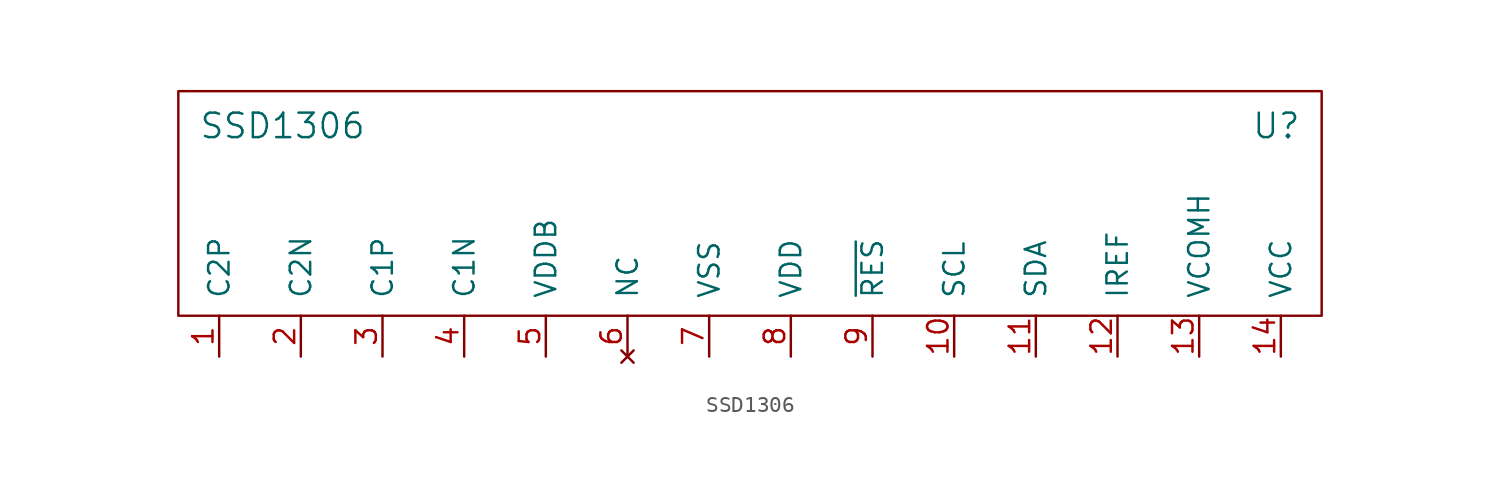
<source format=kicad_sym>
(kicad_symbol_lib
  (version 20231120)
  (generator "kicad_symbol_editor")
  (generator_version "8.0")
  (symbol "SSD1306"
    (pin_names
      (offset 1.016))
    (property "Reference" "U"
      (at 34.29 15.24 0)
      (effects (font (size 1.524 1.524)) (justify right top)))
    (property "Value" "SSD1306"
      (at -34.29 15.24 0)
      (effects (font (size 1.524 1.524)) (justify left top)))
    (symbol "SSD1306_0_1"
      (rectangle (start -35.56 16.51) (end 35.56 2.54) (stroke (width 0) (type solid)) (fill (type none))))
    (symbol "SSD1306_1_1"
      (pin input line (at -33.02 0 90) (length 2.54) (name "C2P" (effects (font (size 1.27 1.27)))) (number "1" (effects (font (size 1.27 1.27)))))
      (pin input line (at 12.7 0 90) (length 2.54) (name "SCL" (effects (font (size 1.27 1.27)))) (number "10" (effects (font (size 1.27 1.27)))))
      (pin input line (at 17.78 0 90) (length 2.54) (name "SDA" (effects (font (size 1.27 1.27)))) (number "11" (effects (font (size 1.27 1.27)))))
      (pin input line (at 22.86 0 90) (length 2.54) (name "IREF" (effects (font (size 1.27 1.27)))) (number "12" (effects (font (size 1.27 1.27)))))
      (pin input line (at 27.94 0 90) (length 2.54) (name "VCOMH" (effects (font (size 1.27 1.27)))) (number "13" (effects (font (size 1.27 1.27)))))
      (pin input line (at 33.02 0 90) (length 2.54) (name "VCC" (effects (font (size 1.27 1.27)))) (number "14" (effects (font (size 1.27 1.27)))))
      (pin input line (at -27.94 0 90) (length 2.54) (name "C2N" (effects (font (size 1.27 1.27)))) (number "2" (effects (font (size 1.27 1.27)))))
      (pin input line (at -22.86 0 90) (length 2.54) (name "C1P" (effects (font (size 1.27 1.27)))) (number "3" (effects (font (size 1.27 1.27)))))
      (pin input line (at -17.78 0 90) (length 2.54) (name "C1N" (effects (font (size 1.27 1.27)))) (number "4" (effects (font (size 1.27 1.27)))))
      (pin input line (at -12.7 0 90) (length 2.54) (name "VDDB" (effects (font (size 1.27 1.27)))) (number "5" (effects (font (size 1.27 1.27)))))
      (pin no_connect line (at -7.62 0 90) (length 2.54) (name "NC" (effects (font (size 1.27 1.27)))) (number "6" (effects (font (size 1.27 1.27)))))
      (pin output line (at -2.54 0 90) (length 2.54) (name "VSS" (effects (font (size 1.27 1.27)))) (number "7" (effects (font (size 1.27 1.27)))))
      (pin input line (at 2.54 0 90) (length 2.54) (name "VDD" (effects (font (size 1.27 1.27)))) (number "8" (effects (font (size 1.27 1.27)))))
      (pin input line (at 7.62 0 90) (length 2.54) (name "~{RES}" (effects (font (size 1.27 1.27)))) (number "9" (effects (font (size 1.27 1.27))))))))
</source>
